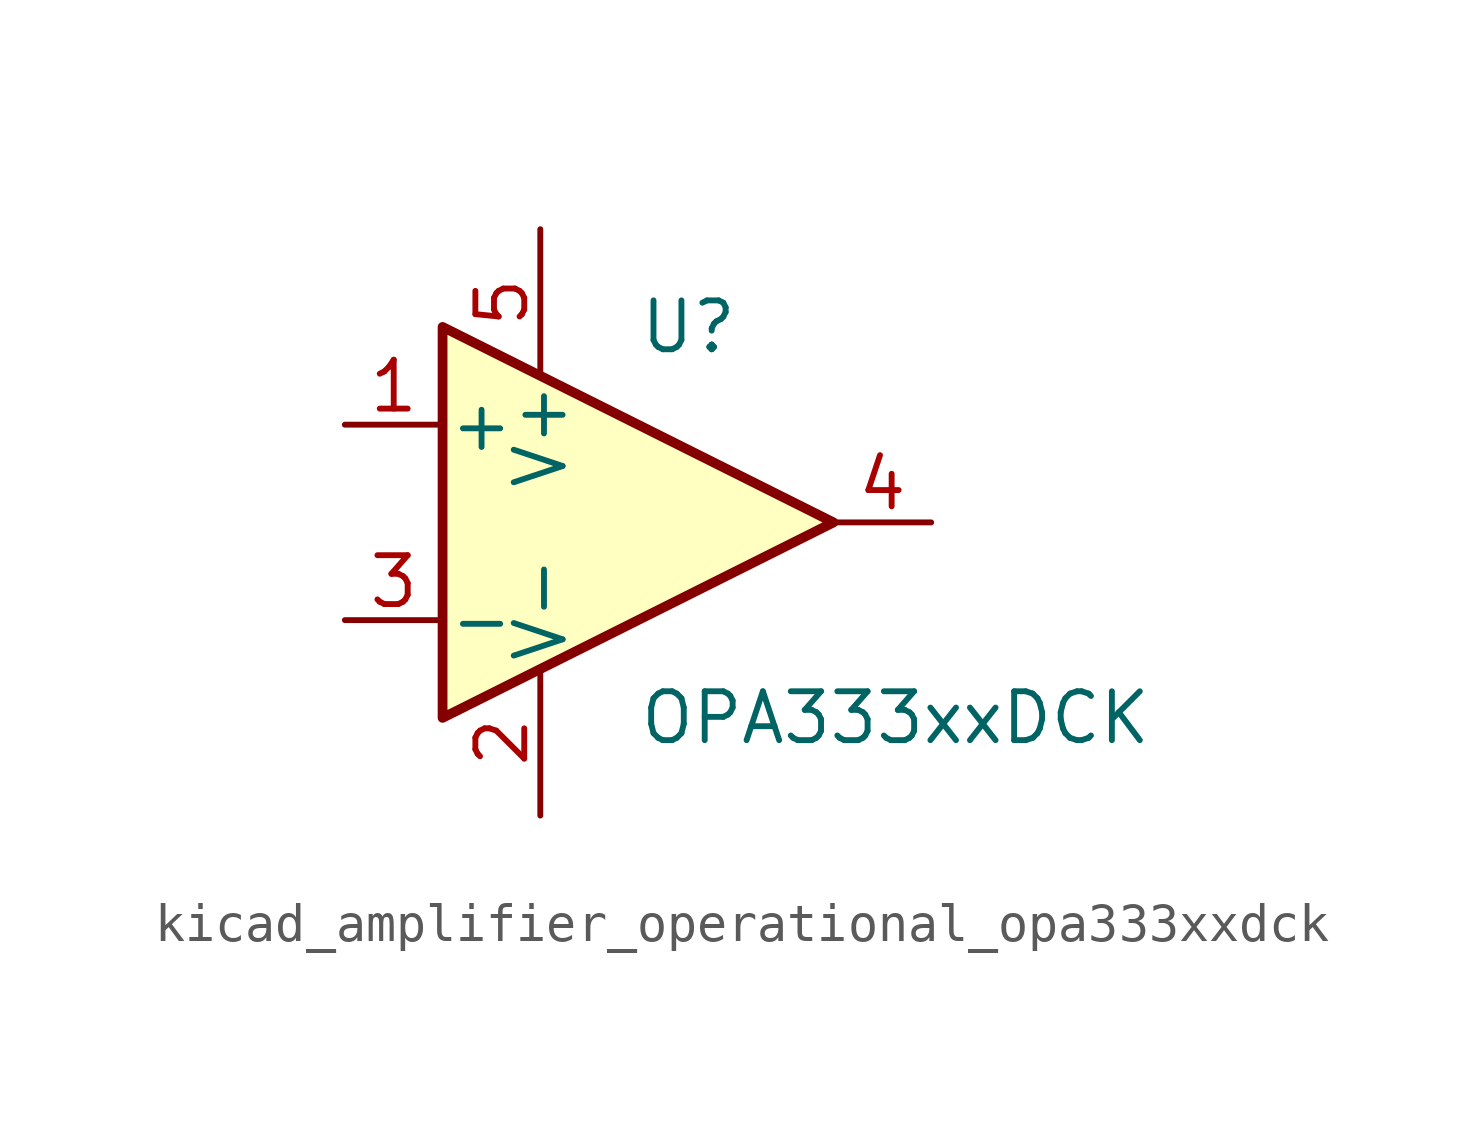
<source format=kicad_sym>
(kicad_symbol_lib
  (version 20220914)
  (generator kicad_symbol_editor)
  (symbol "kicad_amplifier_operational_opa333xxdck"
    (pin_names
      (offset 0.127))
    (property "Reference" "U"
      (at 0 5.08 0)
      (effects (font (size 1.27 1.27)) (justify left)))
    (property "Value" "OPA333xxDCK"
      (at 0 -5.08 0)
      (effects (font (size 1.27 1.27)) (justify left)))
    (symbol "kicad_amplifier_operational_opa333xxdck_0_1"
      (polyline (pts (xy -5.08 5.08) (xy 5.08 0) (xy -5.08 -5.08) (xy -5.08 5.08)) (stroke (width 0.254) (type default)) (fill (type background)))
      (pin power_in line (at -2.54 -7.62 90) (length 3.81) (name "V-" (effects (font (size 1.27 1.27)))) (number "2" (effects (font (size 1.27 1.27)))))
      (pin power_in line (at -2.54 7.62 270) (length 3.81) (name "V+" (effects (font (size 1.27 1.27)))) (number "5" (effects (font (size 1.27 1.27))))))
    (symbol "kicad_amplifier_operational_opa333xxdck_1_1"
      (pin input line (at -7.62 2.54 0) (length 2.54) (name "+" (effects (font (size 1.27 1.27)))) (number "1" (effects (font (size 1.27 1.27)))))
      (pin input line (at -7.62 -2.54 0) (length 2.54) (name "-" (effects (font (size 1.27 1.27)))) (number "3" (effects (font (size 1.27 1.27)))))
      (pin output line (at 7.62 0 180) (length 2.54) (name "~" (effects (font (size 1.27 1.27)))) (number "4" (effects (font (size 1.27 1.27))))))))
</source>
